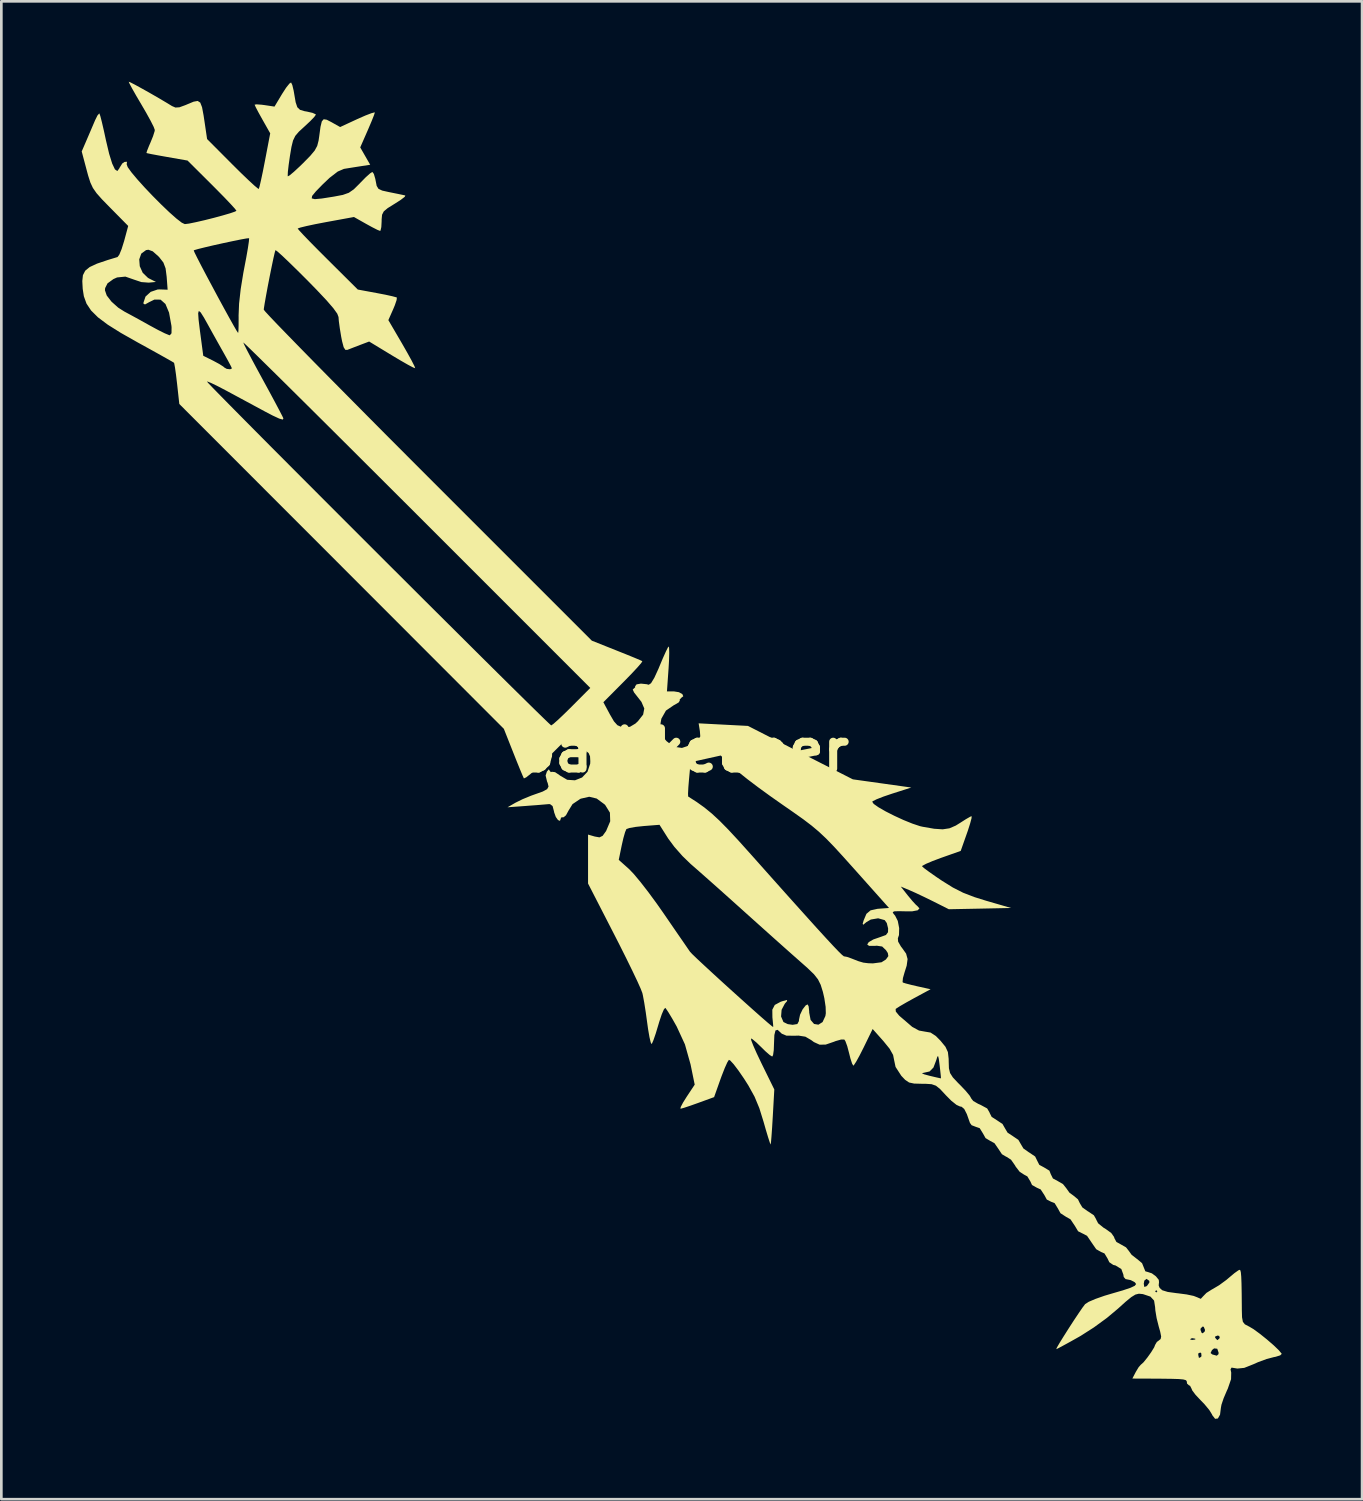
<source format=kicad_pcb>
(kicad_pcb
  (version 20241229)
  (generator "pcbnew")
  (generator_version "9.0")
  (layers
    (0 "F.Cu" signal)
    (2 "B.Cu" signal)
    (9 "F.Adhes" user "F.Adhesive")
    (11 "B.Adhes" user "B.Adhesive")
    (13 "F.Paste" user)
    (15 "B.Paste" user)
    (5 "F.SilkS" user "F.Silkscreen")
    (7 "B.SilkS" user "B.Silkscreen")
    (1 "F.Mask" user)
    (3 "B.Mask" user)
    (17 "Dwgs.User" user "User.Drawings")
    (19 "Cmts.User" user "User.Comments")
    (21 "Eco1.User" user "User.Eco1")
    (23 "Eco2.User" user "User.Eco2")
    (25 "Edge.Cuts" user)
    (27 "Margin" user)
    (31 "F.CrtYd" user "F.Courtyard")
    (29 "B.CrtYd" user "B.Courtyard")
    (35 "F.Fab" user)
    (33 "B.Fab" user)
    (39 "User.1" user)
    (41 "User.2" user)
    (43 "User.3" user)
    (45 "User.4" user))
  (footprint "Oathkeeper"
    (layer "F.Cu")
    (at 22.371 24.958)
    (property "Reference" "Oathkeeper" (at 0 0 0) (layer "F.SilkS") (effects (font (size 1.5 1.5) (thickness 0.3))))
    (attr board_only exclude_from_pos_files exclude_from_bom)
    (fp_poly (pts (xy -20.542 -24.928) (xy -20.356 -24.831) (xy -20.092 -24.686) (xy -19.787 -24.514) (xy -19.473 -24.333) (xy -19.187 -24.163) (xy -19.002 -24.05) (xy -18.873 -23.994) (xy -18.724 -24.003) (xy -18.497 -24.086) (xy -18.415 -24.121) (xy -18.193 -24.213) (xy -18.043 -24.24) (xy -17.946 -24.178) (xy -17.879 -24.005) (xy -17.822 -23.7) (xy -17.786 -23.461) (xy -17.691 -22.818) (xy -16.745 -21.868) (xy -16.422 -21.548) (xy -16.141 -21.279) (xy -15.924 -21.079) (xy -15.792 -20.97) (xy -15.762 -20.955) (xy -15.733 -21.048) (xy -15.68 -21.274) (xy -15.611 -21.599) (xy -15.534 -21.991) (xy -15.53 -22.011) (xy -15.335 -23.031) (xy -15.626 -23.546) (xy -15.771 -23.807) (xy -15.875 -24.005) (xy -15.917 -24.1) (xy -15.917 -24.101) (xy -15.843 -24.113) (xy -15.654 -24.099) (xy -15.546 -24.085) (xy -15.175 -24.029) (xy -14.894 -24.498) (xy -14.743 -24.732) (xy -14.62 -24.887) (xy -14.556 -24.93) (xy -14.51 -24.832) (xy -14.46 -24.624) (xy -14.439 -24.501) (xy -14.385 -24.189) (xy -14.323 -24.005) (xy -14.222 -23.908) (xy -14.054 -23.858) (xy -13.965 -23.843) (xy -13.755 -23.795) (xy -13.639 -23.742) (xy -13.631 -23.727) (xy -13.69 -23.643) (xy -13.844 -23.483) (xy -14.058 -23.283) (xy -14.266 -23.092) (xy -14.399 -22.936) (xy -14.483 -22.763) (xy -14.542 -22.524) (xy -14.599 -22.183) (xy -14.646 -21.854) (xy -14.676 -21.594) (xy -14.682 -21.445) (xy -14.678 -21.425) (xy -14.607 -21.464) (xy -14.446 -21.599) (xy -14.224 -21.805) (xy -14.103 -21.923) (xy -13.841 -22.19) (xy -13.676 -22.387) (xy -13.581 -22.561) (xy -13.53 -22.757) (xy -13.505 -22.926) (xy -13.458 -23.273) (xy -13.409 -23.476) (xy -13.339 -23.557) (xy -13.225 -23.539) (xy -13.047 -23.447) (xy -13.042 -23.444) (xy -12.725 -23.266) (xy -12.078 -23.566) (xy -11.785 -23.695) (xy -11.561 -23.781) (xy -11.441 -23.813) (xy -11.43 -23.807) (xy -11.462 -23.707) (xy -11.546 -23.494) (xy -11.667 -23.209) (xy -11.702 -23.128) (xy -11.975 -22.506) (xy -11.789 -22.182) (xy -11.603 -21.858) (xy -11.961 -21.803) (xy -12.261 -21.756) (xy -12.54 -21.711) (xy -12.583 -21.704) (xy -12.814 -21.605) (xy -13.119 -21.37) (xy -13.385 -21.117) (xy -13.632 -20.863) (xy -13.77 -20.695) (xy -13.786 -20.603) (xy -13.671 -20.574) (xy -13.411 -20.598) (xy -12.997 -20.663) (xy -12.949 -20.671) (xy -12.624 -20.733) (xy -12.401 -20.812) (xy -12.215 -20.941) (xy -12 -21.154) (xy -11.977 -21.179) (xy -11.772 -21.388) (xy -11.607 -21.536) (xy -11.522 -21.59) (xy -11.466 -21.515) (xy -11.412 -21.329) (xy -11.398 -21.257) (xy -11.361 -21.07) (xy -11.294 -20.96) (xy -11.155 -20.894) (xy -10.899 -20.837) (xy -10.858 -20.829) (xy -10.582 -20.773) (xy -10.371 -20.729) (xy -10.291 -20.711) (xy -10.315 -20.661) (xy -10.456 -20.552) (xy -10.684 -20.405) (xy -10.693 -20.4) (xy -10.951 -20.239) (xy -11.096 -20.118) (xy -11.16 -19.992) (xy -11.176 -19.817) (xy -11.176 -19.75) (xy -11.188 -19.53) (xy -11.218 -19.402) (xy -11.233 -19.389) (xy -11.331 -19.427) (xy -11.53 -19.528) (xy -11.749 -19.648) (xy -12.209 -19.908) (xy -13.259 -19.716) (xy -13.655 -19.64) (xy -13.983 -19.57) (xy -14.211 -19.514) (xy -14.307 -19.479) (xy -14.309 -19.476) (xy -14.251 -19.404) (xy -14.092 -19.233) (xy -13.85 -18.982) (xy -13.543 -18.671) (xy -13.19 -18.318) (xy -13.187 -18.315) (xy -12.065 -17.2) (xy -11.355 -17.069) (xy -11.028 -17.006) (xy -10.771 -16.949) (xy -10.625 -16.909) (xy -10.607 -16.9) (xy -10.617 -16.809) (xy -10.683 -16.614) (xy -10.747 -16.461) (xy -10.925 -16.059) (xy -10.409 -15.176) (xy -10.213 -14.833) (xy -10.056 -14.548) (xy -9.954 -14.348) (xy -9.923 -14.264) (xy -9.923 -14.263) (xy -10.003 -14.293) (xy -10.196 -14.395) (xy -10.475 -14.555) (xy -10.797 -14.747) (xy -11.642 -15.26) (xy -11.98 -15.132) (xy -12.225 -15.038) (xy -12.417 -14.963) (xy -12.452 -14.949) (xy -12.531 -14.95) (xy -12.593 -15.047) (xy -12.652 -15.269) (xy -12.685 -15.437) (xy -12.737 -15.752) (xy -12.774 -16.026) (xy -12.785 -16.174) (xy -12.832 -16.299) (xy -12.979 -16.504) (xy -13.233 -16.798) (xy -13.601 -17.189) (xy -13.943 -17.539) (xy -14.302 -17.897) (xy -14.619 -18.207) (xy -14.876 -18.452) (xy -15.055 -18.613) (xy -15.136 -18.672) (xy -15.138 -18.672) (xy -15.166 -18.581) (xy -15.216 -18.363) (xy -15.281 -18.053) (xy -15.354 -17.692) (xy -15.427 -17.317) (xy -15.492 -16.965) (xy -15.543 -16.676) (xy -15.572 -16.488) (xy -15.575 -16.448) (xy -15.517 -16.375) (xy -15.347 -16.191) (xy -15.073 -15.903) (xy -14.702 -15.52) (xy -14.244 -15.05) (xy -13.705 -14.5) (xy -13.094 -13.88) (xy -12.418 -13.197) (xy -11.686 -12.458) (xy -10.906 -11.673) (xy -10.085 -10.85) (xy -9.455 -10.219) (xy -3.33 -4.094) (xy -2.406 -3.726) (xy -2.041 -3.58) (xy -1.737 -3.456) (xy -1.527 -3.367) (xy -1.444 -3.328) (xy -1.485 -3.26) (xy -1.626 -3.097) (xy -1.845 -2.862) (xy -2.12 -2.58) (xy -2.153 -2.547) (xy -2.899 -1.796) (xy -2.656 -1.343) (xy -2.504 -1.082) (xy -2.376 -0.939) (xy -2.232 -0.876) (xy -2.137 -0.862) (xy -1.908 -0.878) (xy -1.704 -0.999) (xy -1.608 -1.089) (xy -1.415 -1.334) (xy -1.372 -1.562) (xy -1.478 -1.809) (xy -1.617 -1.987) (xy -1.752 -2.159) (xy -1.803 -2.268) (xy -1.787 -2.286) (xy -1.714 -2.35) (xy -1.714 -2.392) (xy -1.66 -2.463) (xy -1.497 -2.491) (xy -1.284 -2.469) (xy -1.206 -2.448) (xy -1.12 -2.506) (xy -0.996 -2.711) (xy -0.841 -3.049) (xy -0.814 -3.116) (xy -0.68 -3.435) (xy -0.564 -3.693) (xy -0.485 -3.851) (xy -0.466 -3.878) (xy -0.446 -3.825) (xy -0.441 -3.635) (xy -0.449 -3.341) (xy -0.465 -3.069) (xy -0.526 -2.201) (xy -0.268 -2.201) (xy -0.08 -2.171) (xy 0.049 -2.099) (xy 0.083 -2.018) (xy 0.014 -1.966) (xy -0.052 -1.894) (xy -0.044 -1.865) (xy -0.084 -1.792) (xy -0.236 -1.701) (xy -0.262 -1.69) (xy -0.564 -1.484) (xy -0.735 -1.181) (xy -0.764 -1.016) (xy -0.771 -0.769) (xy -0.725 -0.596) (xy -0.598 -0.412) (xy -0.543 -0.345) (xy -0.276 -0.136) (xy 0.033 -0.09) (xy 0.385 -0.208) (xy 0.471 -0.257) (xy 0.653 -0.39) (xy 0.718 -0.523) (xy 0.703 -0.719) (xy 0.657 -1.008) (xy 1.577 -0.96) (xy 2.498 -0.912) (xy 4.455 0.085) (xy 6.412 1.082) (xy 7.503 1.235) (xy 8.594 1.388) (xy 7.877 1.617) (xy 7.555 1.726) (xy 7.302 1.825) (xy 7.156 1.898) (xy 7.136 1.918) (xy 7.191 1.999) (xy 7.37 2.125) (xy 7.638 2.279) (xy 7.962 2.443) (xy 8.305 2.601) (xy 8.636 2.735) (xy 8.918 2.829) (xy 9.017 2.852) (xy 9.449 2.927) (xy 9.767 2.948) (xy 10.019 2.91) (xy 10.253 2.809) (xy 10.414 2.709) (xy 10.635 2.568) (xy 10.796 2.476) (xy 10.846 2.456) (xy 10.844 2.529) (xy 10.793 2.723) (xy 10.704 3.003) (xy 10.668 3.105) (xy 10.439 3.754) (xy 9.706 4.013) (xy 9.389 4.132) (xy 9.146 4.235) (xy 9.011 4.308) (xy 8.995 4.328) (xy 9.071 4.396) (xy 9.257 4.534) (xy 9.522 4.72) (xy 9.734 4.863) (xy 10.146 5.12) (xy 10.53 5.315) (xy 10.955 5.479) (xy 11.385 5.613) (xy 12.319 5.884) (xy 11.157 5.908) (xy 9.996 5.931) (xy 9.422 5.642) (xy 9.089 5.479) (xy 8.766 5.326) (xy 8.525 5.219) (xy 8.525 5.219) (xy 8.202 5.084) (xy 8.467 5.42) (xy 8.636 5.623) (xy 8.769 5.767) (xy 8.812 5.803) (xy 8.899 5.899) (xy 8.834 5.97) (xy 8.632 6.008) (xy 8.445 6.01) (xy 8.13 6.003) (xy 7.958 6.009) (xy 7.901 6.04) (xy 7.933 6.104) (xy 7.99 6.169) (xy 8.09 6.367) (xy 8.142 6.636) (xy 8.135 6.894) (xy 8.093 7.016) (xy 8.103 7.14) (xy 8.209 7.324) (xy 8.249 7.374) (xy 8.401 7.588) (xy 8.456 7.79) (xy 8.422 8.039) (xy 8.344 8.284) (xy 8.282 8.502) (xy 8.269 8.644) (xy 8.281 8.667) (xy 8.39 8.702) (xy 8.611 8.759) (xy 8.827 8.809) (xy 9.315 8.917) (xy 8.7 9.249) (xy 8.406 9.412) (xy 8.168 9.55) (xy 8.027 9.641) (xy 8.01 9.654) (xy 8.017 9.751) (xy 8.14 9.9) (xy 8.179 9.935) (xy 8.407 10.13) (xy 8.621 10.315) (xy 8.628 10.321) (xy 8.882 10.459) (xy 9.105 10.499) (xy 9.313 10.534) (xy 9.51 10.662) (xy 9.684 10.838) (xy 9.87 11.065) (xy 9.961 11.263) (xy 9.989 11.514) (xy 9.991 11.624) (xy 9.999 11.868) (xy 10.041 12.044) (xy 10.145 12.207) (xy 10.338 12.413) (xy 10.414 12.488) (xy 10.625 12.709) (xy 10.776 12.892) (xy 10.837 12.999) (xy 10.837 13.001) (xy 10.909 13.089) (xy 11.089 13.193) (xy 11.176 13.231) (xy 11.426 13.366) (xy 11.514 13.514) (xy 11.515 13.525) (xy 11.594 13.681) (xy 11.79 13.807) (xy 11.999 13.946) (xy 12.09 14.105) (xy 12.187 14.269) (xy 12.387 14.401) (xy 12.592 14.54) (xy 12.683 14.697) (xy 12.779 14.86) (xy 12.989 15.008) (xy 13 15.013) (xy 13.218 15.161) (xy 13.293 15.315) (xy 13.373 15.472) (xy 13.547 15.566) (xy 13.75 15.689) (xy 13.801 15.82) (xy 13.881 15.98) (xy 14.056 16.074) (xy 14.257 16.191) (xy 14.377 16.341) (xy 14.501 16.514) (xy 14.651 16.623) (xy 14.816 16.76) (xy 14.884 16.901) (xy 14.979 17.06) (xy 15.184 17.206) (xy 15.202 17.215) (xy 15.41 17.355) (xy 15.494 17.502) (xy 15.494 17.509) (xy 15.568 17.653) (xy 15.766 17.815) (xy 15.833 17.854) (xy 16.058 18.015) (xy 16.166 18.168) (xy 16.171 18.2) (xy 16.25 18.349) (xy 16.417 18.442) (xy 16.609 18.551) (xy 16.713 18.683) (xy 16.819 18.83) (xy 17.005 18.975) (xy 17.018 18.983) (xy 17.208 19.142) (xy 17.272 19.3) (xy 17.331 19.446) (xy 17.428 19.473) (xy 17.575 19.522) (xy 17.726 19.634) (xy 17.832 19.764) (xy 17.842 19.862) (xy 17.839 19.866) (xy 17.829 19.974) (xy 17.864 20.065) (xy 17.963 20.153) (xy 18.168 20.216) (xy 18.51 20.263) (xy 18.553 20.267) (xy 18.872 20.309) (xy 19.133 20.364) (xy 19.281 20.421) (xy 19.285 20.424) (xy 19.4 20.473) (xy 19.484 20.382) (xy 19.611 20.252) (xy 19.818 20.121) (xy 19.847 20.106) (xy 20.085 19.965) (xy 20.354 19.768) (xy 20.458 19.68) (xy 20.656 19.514) (xy 20.804 19.409) (xy 20.85 19.389) (xy 20.877 19.41) (xy 20.896 19.487) (xy 20.91 19.643) (xy 20.92 19.899) (xy 20.927 20.278) (xy 20.932 20.802) (xy 20.932 20.876) (xy 20.94 21.163) (xy 20.971 21.33) (xy 21.046 21.425) (xy 21.187 21.499) (xy 21.199 21.504) (xy 21.368 21.604) (xy 21.603 21.776) (xy 21.866 21.987) (xy 22.116 22.203) (xy 22.312 22.391) (xy 22.417 22.518) (xy 22.421 22.528) (xy 22.364 22.583) (xy 22.191 22.637) (xy 22.125 22.649) (xy 21.858 22.719) (xy 21.538 22.837) (xy 21.368 22.913) (xy 21.023 23.05) (xy 20.766 23.076) (xy 20.708 23.066) (xy 20.549 23.04) (xy 20.511 23.104) (xy 20.536 23.227) (xy 20.53 23.474) (xy 20.41 23.822) (xy 20.37 23.909) (xy 20.252 24.187) (xy 20.172 24.425) (xy 20.151 24.541) (xy 20.119 24.796) (xy 20.039 24.939) (xy 19.935 24.952) (xy 19.831 24.818) (xy 19.818 24.786) (xy 19.716 24.621) (xy 19.535 24.403) (xy 19.397 24.261) (xy 19.207 24.059) (xy 19.081 23.891) (xy 19.05 23.816) (xy 18.998 23.715) (xy 18.965 23.707) (xy 18.889 23.639) (xy 18.881 23.586) (xy 18.873 23.54) (xy 18.836 23.506) (xy 18.745 23.482) (xy 18.577 23.467) (xy 18.308 23.459) (xy 17.916 23.454) (xy 17.419 23.451) (xy 16.846 23.449) (xy 16.973 23.204) (xy 17.079 23.027) (xy 17.162 22.932) (xy 17.164 22.931) (xy 17.263 22.842) (xy 17.405 22.666) (xy 17.482 22.559) (xy 19.304 22.559) (xy 19.332 22.681) (xy 19.405 22.644) (xy 19.427 22.612) (xy 19.417 22.503) (xy 19.409 22.496) (xy 19.766 22.496) (xy 19.83 22.549) (xy 19.998 22.595) (xy 20.061 22.539) (xy 20.066 22.484) (xy 20.015 22.336) (xy 19.897 22.323) (xy 19.818 22.387) (xy 19.766 22.496) (xy 19.409 22.496) (xy 19.39 22.48) (xy 19.316 22.498) (xy 19.304 22.559) (xy 17.482 22.559) (xy 17.551 22.461) (xy 17.661 22.282) (xy 17.695 22.193) (xy 17.76 22.083) (xy 17.83 22.031) (xy 17.877 21.993) (xy 19.002 21.993) (xy 19.085 22.007) (xy 19.195 21.991) (xy 19.196 21.962) (xy 19.083 21.942) (xy 19.034 21.955) (xy 19.002 21.993) (xy 17.877 21.993) (xy 17.902 21.973) (xy 17.92 21.884) (xy 19.932 21.884) (xy 19.939 21.929) (xy 20.011 22.009) (xy 20.024 22.013) (xy 20.091 21.954) (xy 20.108 21.929) (xy 20.088 21.857) (xy 20.024 21.844) (xy 19.932 21.884) (xy 17.92 21.884) (xy 17.921 21.879) (xy 17.886 21.702) (xy 17.866 21.632) (xy 19.389 21.632) (xy 19.434 21.745) (xy 19.473 21.759) (xy 19.548 21.691) (xy 19.558 21.632) (xy 19.512 21.52) (xy 19.473 21.505) (xy 19.398 21.574) (xy 19.389 21.632) (xy 17.866 21.632) (xy 17.83 21.504) (xy 17.752 21.194) (xy 17.704 20.903) (xy 17.695 20.781) (xy 17.657 20.538) (xy 17.521 20.39) (xy 17.254 20.301) (xy 17.22 20.294) (xy 17.088 20.282) (xy 16.96 20.314) (xy 16.805 20.409) (xy 16.59 20.586) (xy 16.312 20.837) (xy 15.898 21.184) (xy 15.409 21.541) (xy 14.924 21.851) (xy 14.855 21.891) (xy 14.524 22.077) (xy 14.251 22.226) (xy 14.068 22.324) (xy 14.005 22.352) (xy 14.032 22.287) (xy 14.132 22.115) (xy 14.285 21.868) (xy 14.468 21.579) (xy 14.661 21.281) (xy 14.843 21.008) (xy 14.992 20.791) (xy 15.084 20.67) (xy 15.217 20.584) (xy 15.472 20.475) (xy 15.809 20.357) (xy 16.051 20.285) (xy 16.366 20.193) (xy 17.695 20.193) (xy 17.738 20.235) (xy 17.78 20.193) (xy 17.738 20.151) (xy 17.695 20.193) (xy 16.366 20.193) (xy 16.488 20.158) (xy 16.777 20.061) (xy 16.937 19.985) (xy 16.986 19.92) (xy 16.976 19.907) (xy 17.272 19.907) (xy 17.291 20.029) (xy 17.37 20.005) (xy 17.398 19.982) (xy 17.482 19.863) (xy 17.478 19.802) (xy 17.376 19.727) (xy 17.293 19.793) (xy 17.272 19.907) (xy 16.976 19.907) (xy 16.941 19.859) (xy 16.92 19.844) (xy 16.786 19.775) (xy 16.62 19.741) (xy 16.595 19.738) (xy 16.524 19.658) (xy 16.51 19.568) (xy 16.434 19.36) (xy 16.219 19.228) (xy 16.133 19.207) (xy 15.986 19.107) (xy 15.918 18.965) (xy 15.805 18.778) (xy 15.68 18.726) (xy 15.497 18.621) (xy 15.324 18.371) (xy 15.322 18.367) (xy 15.155 18.121) (xy 14.99 18.034) (xy 14.985 18.034) (xy 14.821 17.951) (xy 14.7 17.749) (xy 14.536 17.505) (xy 14.369 17.411) (xy 14.163 17.277) (xy 14.068 17.103) (xy 13.944 16.9) (xy 13.813 16.849) (xy 13.653 16.768) (xy 13.562 16.601) (xy 13.424 16.39) (xy 13.282 16.326) (xy 13.101 16.224) (xy 13.039 16.09) (xy 12.926 15.903) (xy 12.802 15.836) (xy 12.642 15.733) (xy 12.49 15.537) (xy 12.467 15.494) (xy 12.318 15.281) (xy 12.155 15.175) (xy 12.142 15.172) (xy 11.978 15.075) (xy 11.846 14.876) (xy 11.699 14.663) (xy 11.542 14.579) (xy 11.366 14.473) (xy 11.272 14.304) (xy 11.148 14.103) (xy 11.008 14.055) (xy 10.845 13.992) (xy 10.784 13.906) (xy 10.668 13.578) (xy 10.57 13.386) (xy 10.471 13.303) (xy 10.412 13.293) (xy 10.281 13.233) (xy 10.086 13.077) (xy 9.88 12.869) (xy 9.671 12.644) (xy 9.515 12.518) (xy 9.352 12.461) (xy 9.123 12.446) (xy 8.992 12.446) (xy 8.699 12.438) (xy 8.512 12.398) (xy 8.366 12.3) (xy 8.221 12.147) (xy 8.159 12.051) (xy 8.99 12.051) (xy 9.073 12.092) (xy 9.271 12.146) (xy 9.511 12.203) (xy 9.668 12.238) (xy 9.702 12.242) (xy 9.697 12.162) (xy 9.676 11.962) (xy 9.654 11.769) (xy 9.621 11.514) (xy 9.594 11.41) (xy 9.564 11.44) (xy 9.529 11.557) (xy 9.422 11.839) (xy 9.277 11.986) (xy 9.07 12.033) (xy 8.99 12.051) (xy 8.159 12.051) (xy 8.007 11.816) (xy 7.956 11.575) (xy 7.915 11.369) (xy 7.783 11.135) (xy 7.553 10.852) (xy 7.152 10.401) (xy 6.819 11.085) (xy 6.666 11.387) (xy 6.537 11.621) (xy 6.451 11.752) (xy 6.431 11.769) (xy 6.385 11.693) (xy 6.322 11.499) (xy 6.273 11.304) (xy 6.204 11.042) (xy 6.134 10.853) (xy 6.094 10.794) (xy 5.975 10.794) (xy 5.771 10.852) (xy 5.708 10.877) (xy 5.402 10.982) (xy 5.173 10.987) (xy 4.959 10.889) (xy 4.86 10.816) (xy 4.642 10.688) (xy 4.387 10.648) (xy 4.23 10.653) (xy 3.933 10.649) (xy 3.759 10.576) (xy 3.731 10.548) (xy 3.605 10.432) (xy 3.525 10.455) (xy 3.483 10.627) (xy 3.471 10.922) (xy 3.461 11.19) (xy 3.435 11.374) (xy 3.404 11.43) (xy 3.312 11.374) (xy 3.147 11.23) (xy 3.006 11.091) (xy 2.813 10.905) (xy 2.666 10.782) (xy 2.61 10.753) (xy 2.62 10.823) (xy 2.695 11.017) (xy 2.822 11.304) (xy 2.99 11.657) (xy 3.013 11.705) (xy 3.481 12.658) (xy 3.424 13.674) (xy 3.4 14.069) (xy 3.377 14.396) (xy 3.358 14.622) (xy 3.345 14.714) (xy 3.345 14.714) (xy 3.316 14.648) (xy 3.252 14.451) (xy 3.163 14.155) (xy 3.081 13.867) (xy 2.922 13.355) (xy 2.745 12.929) (xy 2.513 12.509) (xy 2.349 12.251) (xy 2.142 11.95) (xy 1.964 11.716) (xy 1.836 11.577) (xy 1.786 11.552) (xy 1.726 11.648) (xy 1.629 11.864) (xy 1.514 12.159) (xy 1.473 12.271) (xy 1.234 12.944) (xy 0.638 13.161) (xy 0.342 13.266) (xy 0.11 13.343) (xy -0.015 13.377) (xy -0.022 13.378) (xy -0.013 13.314) (xy 0.074 13.148) (xy 0.212 12.928) (xy 0.51 12.478) (xy 0.355 11.721) (xy 0.145 10.975) (xy -0.162 10.309) (xy -0.331 10.01) (xy -0.474 9.773) (xy -0.569 9.633) (xy -0.589 9.612) (xy -0.64 9.668) (xy -0.72 9.853) (xy -0.813 10.131) (xy -0.848 10.249) (xy -0.943 10.565) (xy -1.028 10.812) (xy -1.087 10.949) (xy -1.099 10.963) (xy -1.133 10.901) (xy -1.179 10.704) (xy -1.23 10.408) (xy -1.262 10.177) (xy -1.316 9.785) (xy -1.373 9.422) (xy -1.424 9.146) (xy -1.444 9.059) (xy -1.504 8.903) (xy -1.63 8.621) (xy -1.812 8.238) (xy -2.037 7.778) (xy -2.294 7.265) (xy -2.497 6.867) (xy -3.471 4.971) (xy -3.471 4.088) (xy -2.325 4.088) (xy -1.935 4.436) (xy -1.758 4.622) (xy -1.512 4.917) (xy -1.221 5.292) (xy -0.911 5.714) (xy -0.672 6.054) (xy -0.383 6.475) (xy -0.119 6.859) (xy 0.103 7.18) (xy 0.262 7.412) (xy 0.337 7.52) (xy 0.42 7.608) (xy 0.605 7.786) (xy 0.872 8.035) (xy 1.198 8.336) (xy 1.563 8.67) (xy 1.946 9.017) (xy 2.326 9.359) (xy 2.681 9.677) (xy 2.991 9.952) (xy 3.235 10.164) (xy 3.392 10.295) (xy 3.44 10.328) (xy 3.438 10.254) (xy 3.42 10.065) (xy 3.41 9.966) (xy 3.407 9.68) (xy 3.499 9.503) (xy 3.718 9.385) (xy 3.81 9.355) (xy 3.956 9.317) (xy 3.958 9.358) (xy 3.873 9.457) (xy 3.754 9.683) (xy 3.734 9.934) (xy 3.82 10.136) (xy 3.827 10.143) (xy 3.983 10.219) (xy 4.166 10.245) (xy 4.341 10.216) (xy 4.4 10.106) (xy 4.403 10.052) (xy 4.443 9.867) (xy 4.538 9.668) (xy 4.653 9.52) (xy 4.725 9.483) (xy 4.763 9.557) (xy 4.783 9.742) (xy 4.784 9.79) (xy 4.836 10.063) (xy 4.965 10.213) (xy 5.128 10.24) (xy 5.283 10.142) (xy 5.388 9.916) (xy 5.404 9.813) (xy 5.397 9.573) (xy 5.349 9.253) (xy 5.295 9.017) (xy 5.213 8.753) (xy 5.112 8.549) (xy 4.96 8.356) (xy 4.721 8.126) (xy 4.589 8.009) (xy 4.356 7.803) (xy 4.106 7.582) (xy 3.824 7.331) (xy 3.491 7.034) (xy 3.09 6.675) (xy 2.605 6.24) (xy 2.017 5.712) (xy 1.784 5.503) (xy 1.404 5.163) (xy 1.014 4.817) (xy 0.659 4.503) (xy 0.382 4.261) (xy 0.362 4.244) (xy 0.055 3.947) (xy -0.248 3.604) (xy -0.482 3.288) (xy -0.484 3.284) (xy -0.804 2.779) (xy -1.389 2.825) (xy -1.691 2.857) (xy -1.924 2.898) (xy -2.038 2.938) (xy -2.039 2.938) (xy -2.088 3.051) (xy -2.153 3.279) (xy -2.214 3.547) (xy -2.325 4.088) (xy -3.471 4.088) (xy -3.471 4.058) (xy -3.471 3.144) (xy -3.22 3.217) (xy -3.045 3.248) (xy -2.927 3.191) (xy -2.8 3.015) (xy -2.797 3.01) (xy -2.644 2.649) (xy -2.655 2.325) (xy -2.83 2.042) (xy -2.857 2.015) (xy -3.149 1.799) (xy -3.428 1.732) (xy -3.74 1.803) (xy -3.764 1.814) (xy -4.05 2.007) (xy -4.197 2.244) (xy -4.295 2.424) (xy -4.385 2.5) (xy -4.405 2.496) (xy -4.481 2.509) (xy -4.487 2.542) (xy -4.519 2.632) (xy -4.592 2.602) (xy -4.675 2.486) (xy -4.736 2.315) (xy -4.742 2.279) (xy -4.795 2.079) (xy -4.89 2.008) (xy -4.954 2.008) (xy -5.116 2.022) (xy -5.393 2.045) (xy -5.73 2.07) (xy -5.8 2.076) (xy -6.477 2.125) (xy -6.181 1.955) (xy -5.916 1.824) (xy -5.593 1.691) (xy -5.461 1.644) (xy -5.362 1.609) (xy 0.261 1.609) (xy 0.265 1.72) (xy 0.267 1.724) (xy 0.585 1.928) (xy 0.87 2.132) (xy 1.146 2.357) (xy 1.435 2.624) (xy 1.762 2.956) (xy 2.15 3.374) (xy 2.622 3.9) (xy 2.633 3.912) (xy 3.387 4.759) (xy 4.035 5.485) (xy 4.584 6.096) (xy 5.037 6.599) (xy 5.401 6.998) (xy 5.681 7.3) (xy 5.884 7.512) (xy 6.014 7.639) (xy 6.077 7.688) (xy 6.082 7.689) (xy 6.195 7.709) (xy 6.35 7.764) (xy 6.619 7.869) (xy 6.806 7.924) (xy 6.988 7.946) (xy 7.162 7.952) (xy 7.484 7.91) (xy 7.647 7.806) (xy 7.738 7.68) (xy 7.718 7.565) (xy 7.65 7.459) (xy 7.507 7.322) (xy 7.306 7.292) (xy 7.229 7.299) (xy 7.019 7.299) (xy 6.949 7.246) (xy 7.006 7.159) (xy 7.177 7.059) (xy 7.448 6.965) (xy 7.451 6.964) (xy 7.649 6.892) (xy 7.726 6.788) (xy 7.729 6.646) (xy 7.68 6.447) (xy 7.602 6.337) (xy 7.357 6.269) (xy 7.083 6.315) (xy 6.917 6.413) (xy 6.8 6.51) (xy 6.78 6.474) (xy 6.815 6.35) (xy 6.919 6.103) (xy 7.075 5.972) (xy 7.336 5.915) (xy 7.402 5.91) (xy 7.763 5.884) (xy 6.471 4.436) (xy 6.046 3.962) (xy 5.704 3.589) (xy 5.413 3.289) (xy 5.146 3.038) (xy 4.872 2.808) (xy 4.562 2.572) (xy 4.185 2.305) (xy 3.796 2.035) (xy 3.332 1.709) (xy 2.882 1.382) (xy 2.479 1.077) (xy 2.155 0.818) (xy 1.947 0.638) (xy 1.482 0.193) (xy 0.919 0.318) (xy 0.357 0.443) (xy 0.298 1.074) (xy 0.273 1.379) (xy 0.261 1.609) (xy -5.362 1.609) (xy -5.161 1.537) (xy -4.998 1.448) (xy -4.946 1.351) (xy -4.978 1.218) (xy -5.001 1.165) (xy -5.055 0.939) (xy -5.007 0.792) (xy -4.936 0.709) (xy -4.913 0.746) (xy -4.861 0.814) (xy -4.82 0.8) (xy -4.703 0.814) (xy -4.54 0.922) (xy -4.524 0.937) (xy -4.249 1.099) (xy -3.959 1.118) (xy -3.694 1.013) (xy -3.492 0.8) (xy -3.391 0.497) (xy -3.387 0.408) (xy -3.397 0.223) (xy -3.451 0.1) (xy -3.584 -0.006) (xy -3.834 -0.137) (xy -3.854 -0.146) (xy -4.32 -0.375) (xy -5.071 0.372) (xy -5.358 0.649) (xy -5.602 0.867) (xy -5.778 1.007) (xy -5.864 1.047) (xy -5.867 1.045) (xy -5.915 0.94) (xy -6.01 0.713) (xy -6.138 0.398) (xy -6.263 0.083) (xy -6.614 -0.804) (xy -12.671 -6.867) (xy -18.728 -12.929) (xy -18.811 -13.682) (xy -18.821 -13.765) (xy -17.695 -13.765) (xy -17.637 -13.698) (xy -17.468 -13.521) (xy -17.197 -13.244) (xy -16.835 -12.876) (xy -16.391 -12.427) (xy -15.874 -11.905) (xy -15.294 -11.321) (xy -14.66 -10.685) (xy -13.981 -10.004) (xy -13.268 -9.29) (xy -12.53 -8.551) (xy -11.776 -7.797) (xy -11.016 -7.037) (xy -10.258 -6.282) (xy -9.514 -5.539) (xy -8.791 -4.82) (xy -8.1 -4.133) (xy -7.451 -3.487) (xy -6.852 -2.893) (xy -6.313 -2.36) (xy -5.843 -1.897) (xy -5.453 -1.513) (xy -5.151 -1.219) (xy -4.948 -1.023) (xy -4.852 -0.935) (xy -4.845 -0.931) (xy -4.763 -0.988) (xy -4.589 -1.142) (xy -4.349 -1.37) (xy -4.084 -1.631) (xy -3.388 -2.33) (xy -9.864 -8.806) (xy -10.734 -9.675) (xy -11.569 -10.508) (xy -12.362 -11.299) (xy -13.105 -12.039) (xy -13.791 -12.721) (xy -14.412 -13.337) (xy -14.96 -13.88) (xy -15.428 -14.341) (xy -15.807 -14.714) (xy -16.091 -14.991) (xy -16.271 -15.164) (xy -16.34 -15.225) (xy -16.341 -15.225) (xy -16.302 -15.136) (xy -16.194 -14.923) (xy -16.031 -14.613) (xy -15.824 -14.228) (xy -15.62 -13.853) (xy -15.382 -13.417) (xy -15.171 -13.025) (xy -15.001 -12.704) (xy -14.886 -12.482) (xy -14.843 -12.392) (xy -14.864 -12.347) (xy -14.997 -12.383) (xy -15.255 -12.503) (xy -15.522 -12.643) (xy -15.954 -12.876) (xy -16.44 -13.138) (xy -16.889 -13.38) (xy -16.976 -13.427) (xy -17.282 -13.587) (xy -17.523 -13.704) (xy -17.668 -13.764) (xy -17.695 -13.765) (xy -18.821 -13.765) (xy -18.851 -14.019) (xy -18.889 -14.287) (xy -18.918 -14.443) (xy -18.927 -14.468) (xy -19.008 -14.517) (xy -19.214 -14.634) (xy -19.519 -14.805) (xy -19.901 -15.017) (xy -20.288 -15.23) (xy -20.913 -15.584) (xy -21.399 -15.889) (xy -21.763 -16.162) (xy -22.021 -16.418) (xy -22.192 -16.675) (xy -22.291 -16.949) (xy -22.326 -17.173) (xy -21.504 -17.173) (xy -21.437 -16.978) (xy -21.259 -16.748) (xy -21.009 -16.525) (xy -20.779 -16.379) (xy -20.554 -16.258) (xy -20.24 -16.087) (xy -19.899 -15.897) (xy -19.822 -15.854) (xy -19.521 -15.691) (xy -19.27 -15.566) (xy -19.11 -15.5) (xy -19.081 -15.494) (xy -19.019 -15.568) (xy -19.017 -15.793) (xy -19.023 -15.854) (xy -19.107 -16.316) (xy -18.024 -16.316) (xy -18.009 -16.08) (xy -17.961 -15.686) (xy -17.934 -15.481) (xy -17.834 -14.728) (xy -17.462 -14.543) (xy -17.237 -14.422) (xy -17.083 -14.323) (xy -17.049 -14.291) (xy -16.958 -14.239) (xy -16.831 -14.224) (xy -16.764 -14.256) (xy -16.764 -14.258) (xy -16.803 -14.343) (xy -16.905 -14.535) (xy -17.049 -14.795) (xy -17.069 -14.83) (xy -17.27 -15.187) (xy -17.483 -15.568) (xy -17.629 -15.833) (xy -17.808 -16.153) (xy -17.93 -16.346) (xy -17.999 -16.402) (xy -18.024 -16.316) (xy -19.107 -16.316) (xy -19.111 -16.339) (xy -19.245 -16.661) (xy -19.427 -16.823) (xy -19.657 -16.826) (xy -19.855 -16.729) (xy -20.005 -16.645) (xy -20.061 -16.665) (xy -20.066 -16.71) (xy -19.99 -16.937) (xy -19.796 -17.114) (xy -19.537 -17.202) (xy -19.459 -17.205) (xy -19.164 -17.194) (xy -19.2 -17.677) (xy -19.24 -17.99) (xy -19.322 -18.208) (xy -19.478 -18.408) (xy -19.514 -18.445) (xy -19.72 -18.627) (xy -19.816 -18.662) (xy -18.19 -18.662) (xy -18.16 -18.586) (xy -18.062 -18.388) (xy -17.912 -18.096) (xy -17.723 -17.736) (xy -17.509 -17.336) (xy -17.287 -16.921) (xy -17.069 -16.52) (xy -16.87 -16.158) (xy -16.705 -15.863) (xy -16.588 -15.661) (xy -16.533 -15.579) (xy -16.532 -15.579) (xy -16.521 -15.657) (xy -16.515 -15.863) (xy -16.514 -16.157) (xy -16.515 -16.235) (xy -16.497 -16.674) (xy -16.436 -17.221) (xy -16.338 -17.824) (xy -16.307 -17.986) (xy -16.229 -18.395) (xy -16.169 -18.739) (xy -16.132 -18.988) (xy -16.122 -19.11) (xy -16.125 -19.116) (xy -16.212 -19.109) (xy -16.424 -19.071) (xy -16.724 -19.01) (xy -17.072 -18.936) (xy -17.429 -18.857) (xy -17.757 -18.78) (xy -18.016 -18.716) (xy -18.168 -18.672) (xy -18.19 -18.662) (xy -19.816 -18.662) (xy -19.881 -18.686) (xy -19.97 -18.672) (xy -20.148 -18.541) (xy -20.224 -18.326) (xy -20.204 -18.071) (xy -20.094 -17.826) (xy -19.897 -17.636) (xy -19.852 -17.611) (xy -19.6 -17.484) (xy -19.87 -17.458) (xy -20.143 -17.479) (xy -20.395 -17.563) (xy -20.741 -17.683) (xy -21.051 -17.652) (xy -21.189 -17.59) (xy -21.408 -17.431) (xy -21.497 -17.254) (xy -21.504 -17.173) (xy -22.326 -17.173) (xy -22.334 -17.229) (xy -22.349 -17.518) (xy -22.326 -17.736) (xy -22.241 -17.903) (xy -22.073 -18.04) (xy -21.801 -18.167) (xy -21.402 -18.302) (xy -21.033 -18.414) (xy -20.967 -18.503) (xy -20.881 -18.713) (xy -20.792 -18.998) (xy -20.789 -19.007) (xy -20.636 -19.574) (xy -21.317 -20.264) (xy -21.615 -20.569) (xy -21.818 -20.798) (xy -21.954 -20.994) (xy -22.049 -21.198) (xy -22.131 -21.455) (xy -22.185 -21.655) (xy -22.371 -22.355) (xy -22.18 -22.798) (xy -22.048 -23.106) (xy -21.923 -23.399) (xy -21.869 -23.525) (xy -21.782 -23.7) (xy -21.718 -23.772) (xy -21.709 -23.769) (xy -21.676 -23.675) (xy -21.618 -23.45) (xy -21.543 -23.127) (xy -21.467 -22.775) (xy -21.347 -22.268) (xy -21.234 -21.903) (xy -21.131 -21.686) (xy -21.041 -21.624) (xy -20.967 -21.723) (xy -20.96 -21.742) (xy -20.857 -21.906) (xy -20.773 -21.964) (xy -20.68 -21.97) (xy -20.693 -21.876) (xy -20.655 -21.77) (xy -20.514 -21.574) (xy -20.295 -21.313) (xy -20.021 -21.009) (xy -19.715 -20.687) (xy -19.4 -20.371) (xy -19.1 -20.084) (xy -18.837 -19.851) (xy -18.636 -19.696) (xy -18.523 -19.643) (xy -18.367 -19.662) (xy -18.108 -19.715) (xy -17.786 -19.789) (xy -17.44 -19.876) (xy -17.109 -19.966) (xy -16.832 -20.047) (xy -16.648 -20.11) (xy -16.595 -20.141) (xy -16.652 -20.217) (xy -16.808 -20.389) (xy -17.044 -20.637) (xy -17.339 -20.937) (xy -17.507 -21.106) (xy -18.42 -22.015) (xy -19.179 -22.148) (xy -19.514 -22.208) (xy -19.777 -22.257) (xy -19.931 -22.29) (xy -19.955 -22.297) (xy -19.933 -22.376) (xy -19.86 -22.56) (xy -19.807 -22.681) (xy -19.709 -22.922) (xy -19.65 -23.109) (xy -19.643 -23.158) (xy -19.684 -23.271) (xy -19.796 -23.494) (xy -19.962 -23.795) (xy -20.14 -24.101) (xy -20.335 -24.432) (xy -20.49 -24.705) (xy -20.589 -24.89) (xy -20.617 -24.958)) (stroke (width 0) (type solid)) (fill yes) (layer "F.SilkS")))
  (gr_rect
    (start -3 -3)
    (end 47.792 52.91)
    (stroke (width 0.1) (type default))
    (fill no)
    (layer "Edge.Cuts")))
</source>
